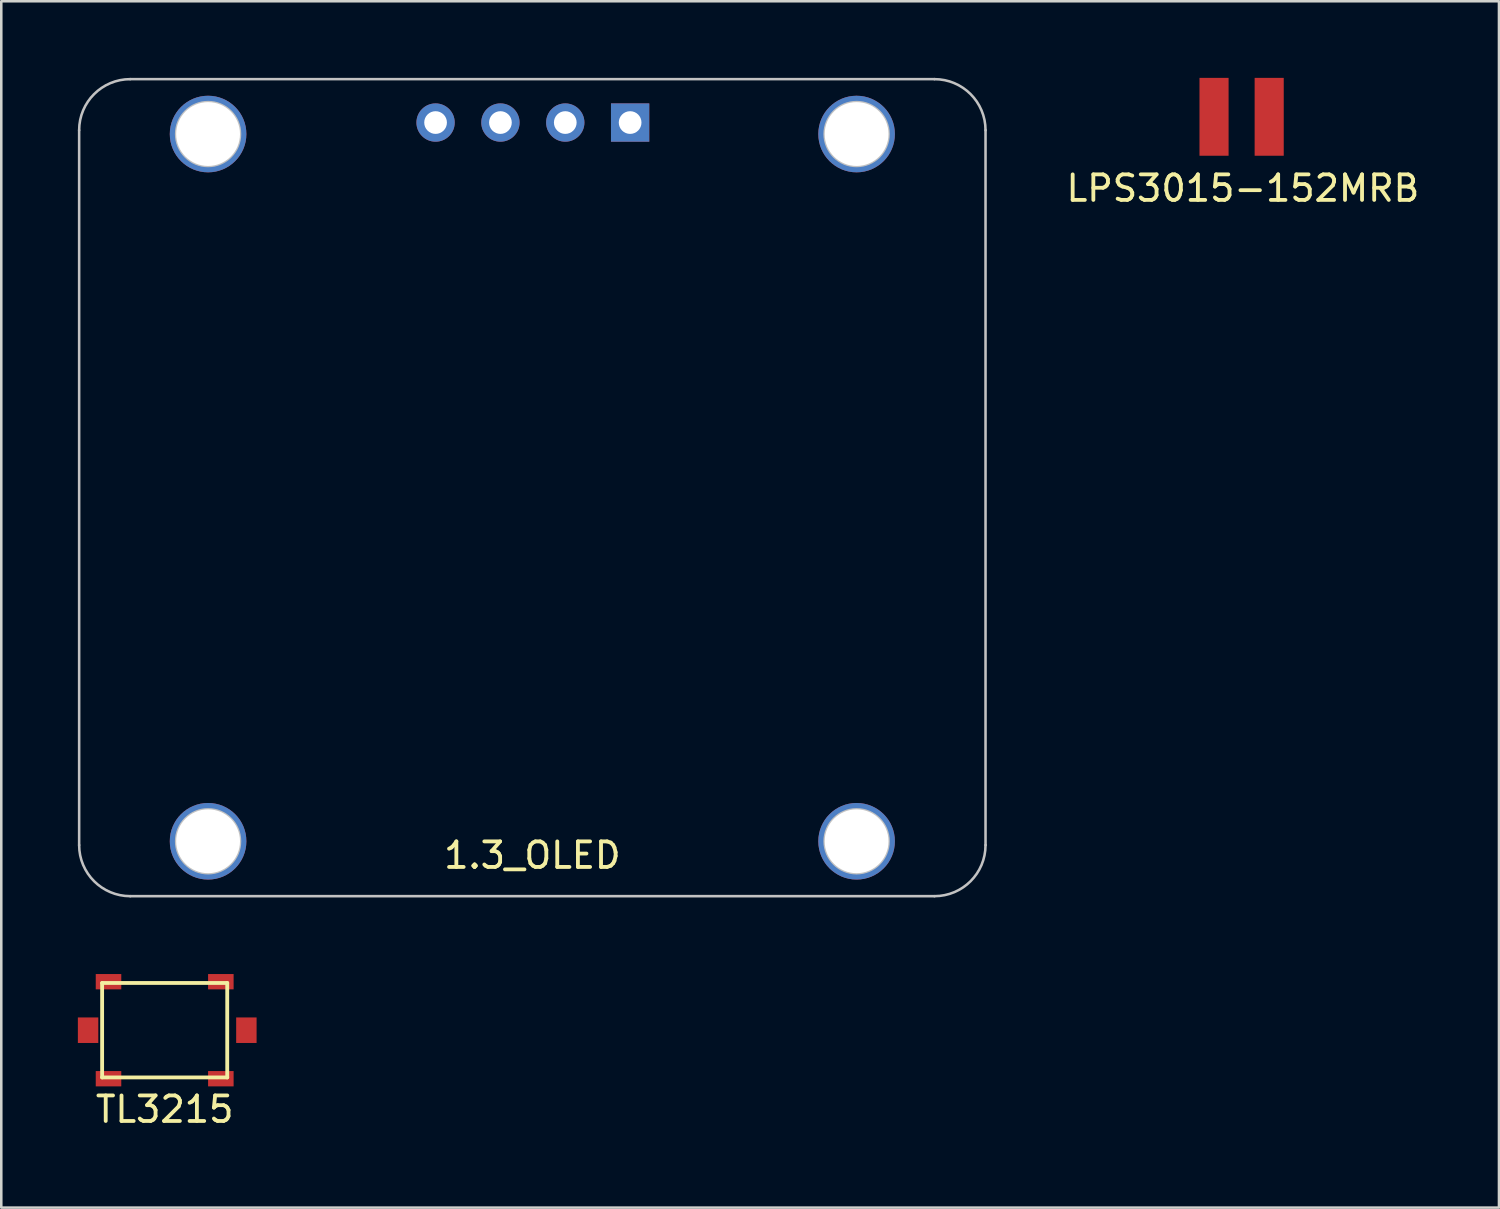
<source format=kicad_pcb>
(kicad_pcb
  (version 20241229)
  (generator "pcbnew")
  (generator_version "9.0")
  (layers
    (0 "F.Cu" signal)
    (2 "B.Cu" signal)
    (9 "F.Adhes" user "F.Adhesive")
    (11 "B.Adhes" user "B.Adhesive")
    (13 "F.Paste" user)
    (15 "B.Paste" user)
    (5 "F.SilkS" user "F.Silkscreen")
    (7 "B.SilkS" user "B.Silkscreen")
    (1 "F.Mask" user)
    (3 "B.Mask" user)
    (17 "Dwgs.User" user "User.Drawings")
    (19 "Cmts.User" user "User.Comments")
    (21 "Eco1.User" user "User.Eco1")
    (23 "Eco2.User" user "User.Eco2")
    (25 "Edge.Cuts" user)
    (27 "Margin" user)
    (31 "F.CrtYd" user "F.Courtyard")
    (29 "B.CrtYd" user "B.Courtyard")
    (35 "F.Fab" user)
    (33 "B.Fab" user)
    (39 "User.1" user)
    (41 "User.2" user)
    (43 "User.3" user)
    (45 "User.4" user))
  (footprint "TL3215"
    (layer "F.Cu")
    (at 3.4 37.3)
    (property "Reference" "TL3215" (at 0 3.1 0) (layer "F.SilkS") (effects (font (size 1 1) (thickness 0.15))))
    (attr through_hole)
    (fp_line (start -2.45 -1.85) (end -2.45 1.85) (stroke (width 0.15) (type solid)) (layer "F.SilkS"))
    (fp_line (start -2.45 1.85) (end 2.45 1.85) (stroke (width 0.15) (type solid)) (layer "F.SilkS"))
    (fp_line (start 2.45 -1.85) (end -2.45 -1.85) (stroke (width 0.15) (type solid)) (layer "F.SilkS"))
    (fp_line (start 2.45 1.85) (end 2.45 -1.85) (stroke (width 0.15) (type solid)) (layer "F.SilkS"))
    (pad "1" smd rect (at -2.2 -1.9) (size 1 0.6) (layers "F.Cu" "F.Mask" "F.Paste"))
    (pad "2" smd rect (at 2.2 -1.9) (size 1 0.6) (layers "F.Cu" "F.Mask" "F.Paste"))
    (pad "3" smd rect (at -2.2 1.9) (size 1 0.6) (layers "F.Cu" "F.Mask" "F.Paste"))
    (pad "4" smd rect (at 2.2 1.9) (size 1 0.6) (layers "F.Cu" "F.Mask" "F.Paste"))
    (pad "5" smd rect (at -3 0) (size 0.8 1) (layers "F.Cu" "F.Mask" "F.Paste"))
    (pad "6" smd rect (at 3.2 0) (size 0.8 1) (layers "F.Cu" "F.Mask" "F.Paste")))
  (footprint "LPS3015-152MRB"
    (layer "F.Cu")
    (at 45.58 1.525)
    (property "Reference" "LPS3015-152MRB" (at 0.05 2.8 0) (layer "F.SilkS") (effects (font (size 1 1) (thickness 0.15))))
    (attr through_hole)
    (pad "1" smd rect (at -1.08 0) (size 1.14 3.05) (layers "F.Cu" "F.Mask" "F.Paste"))
    (pad "2" smd rect (at 1.08 0) (size 1.14 3.05) (layers "F.Cu" "F.Mask" "F.Paste")))
  (footprint "1.3_OLED"
    (layer "F.Cu")
    (at 17.8 16.05)
    (property "Reference" "1.3_OLED" (at 0 14.4 0) (layer "F.SilkS") (effects (font (size 1 1) (thickness 0.15))))
    (attr through_hole)
    (fp_line (start -17.75 -14) (end -17.75 14) (stroke (width 0.1) (type solid)) (layer "Dwgs.User"))
    (fp_line (start -15.75 -16) (end 15.75 -16) (stroke (width 0.1) (type solid)) (layer "Dwgs.User"))
    (fp_line (start -15.75 16) (end 15.75 16) (stroke (width 0.1) (type solid)) (layer "Dwgs.User"))
    (fp_line (start 17.75 -14) (end 17.75 14) (stroke (width 0.1) (type solid)) (layer "Dwgs.User"))
    (fp_arc (start -17.75 -14) (mid -17.164214 -15.414214) (end -15.75 -16) (stroke (width 0.1) (type solid)) (layer "Dwgs.User"))
    (fp_arc (start -15.75 16) (mid -17.164214 15.414214) (end -17.75 14) (stroke (width 0.1) (type solid)) (layer "Dwgs.User"))
    (fp_arc (start 15.75 -16) (mid 17.164214 -15.414214) (end 17.75 -14) (stroke (width 0.1) (type solid)) (layer "Dwgs.User"))
    (fp_arc (start 17.75 14) (mid 17.164214 15.414214) (end 15.75 16) (stroke (width 0.1) (type solid)) (layer "Dwgs.User"))
    (fp_circle (center -12.7 -13.85) (end -11.45 -13.85) (stroke (width 0.1) (type solid)) (fill no) (layer "Dwgs.User"))
    (fp_circle (center -12.7 13.85) (end -11.45 13.85) (stroke (width 0.1) (type solid)) (fill no) (layer "Dwgs.User"))
    (fp_circle (center 12.7 -13.85) (end 13.95 -13.85) (stroke (width 0.1) (type solid)) (fill no) (layer "Dwgs.User"))
    (fp_circle (center 12.7 13.85) (end 13.95 13.85) (stroke (width 0.1) (type solid)) (fill no) (layer "Dwgs.User"))
    (pad "" np_thru_hole circle (at -12.7 -13.85) (size 3 3) (drill 2.5) (layers "*.Cu" "*.Mask"))
    (pad "" np_thru_hole circle (at -12.7 13.85) (size 3 3) (drill 2.5) (layers "*.Cu" "*.Mask"))
    (pad "" np_thru_hole circle (at 12.7 -13.85) (size 3 3) (drill 2.5) (layers "*.Cu" "*.Mask"))
    (pad "" np_thru_hole circle (at 12.7 13.85) (size 3 3) (drill 2.5) (layers "*.Cu" "*.Mask"))
    (pad "1" thru_hole circle (at -3.79 -14.3) (size 1.5 1.5) (drill 0.889) (layers "*.Cu" "*.Mask"))
    (pad "2" thru_hole circle (at -1.25 -14.3) (size 1.5 1.5) (drill 0.889) (layers "*.Cu" "*.Mask"))
    (pad "3" thru_hole circle (at 1.29 -14.3) (size 1.5 1.5) (drill 0.889) (layers "*.Cu" "*.Mask"))
    (pad "4" thru_hole rect (at 3.83 -14.3) (size 1.5 1.5) (drill 0.889) (layers "*.Cu" "*.Mask")))
  (gr_rect
    (start -3 -3)
    (end 55.66 44.248)
    (stroke (width 0.1) (type default))
    (fill no)
    (layer "Edge.Cuts")))
</source>
